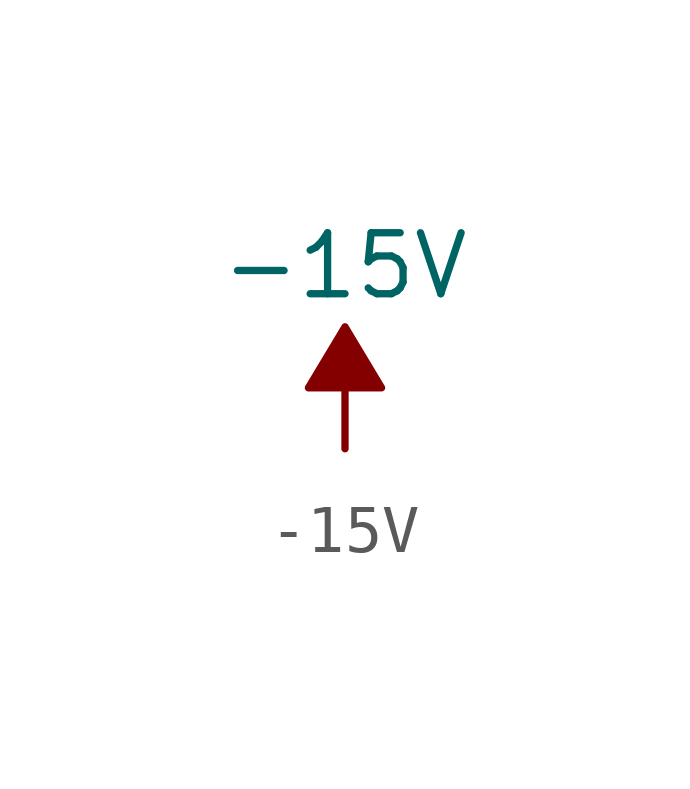
<source format=kicad_sym>
(kicad_symbol_lib
  (version 20211014)
  (generator kicad_symbol_editor)
  (symbol "-15V"
    (pin_names
      (offset 0))
    (property "Reference" "#PWR"
      (at 0 2.54 0)
      (effects (font (size 1.27 1.27)) hide))
    (property "Value" "-15V"
      (at 0 3.81 0)
      (effects (font (size 1.27 1.27))))
    (property "Footprint" ""
      (at 0 0 0)
      (effects (font (size 1.524 1.524))))
    (property "Datasheet" ""
      (at 0 0 0)
      (effects (font (size 1.524 1.524))))
    (symbol "-15V_0_0"
      (pin power_in line (at 0 0 90) (length 0) hide (name "-15V" (effects (font (size 0.508 0.508)))) (number "1" (effects (font (size 0.508 0.508))))))
    (symbol "-15V_0_1"
      (polyline (pts (xy 0 0) (xy 0 1.27) (xy 0.762 1.27) (xy 0 2.54) (xy -0.762 1.27) (xy 0 1.27)) (stroke (width 0) (type default) (color 0 0 0 0)) (fill (type outline))))))
</source>
